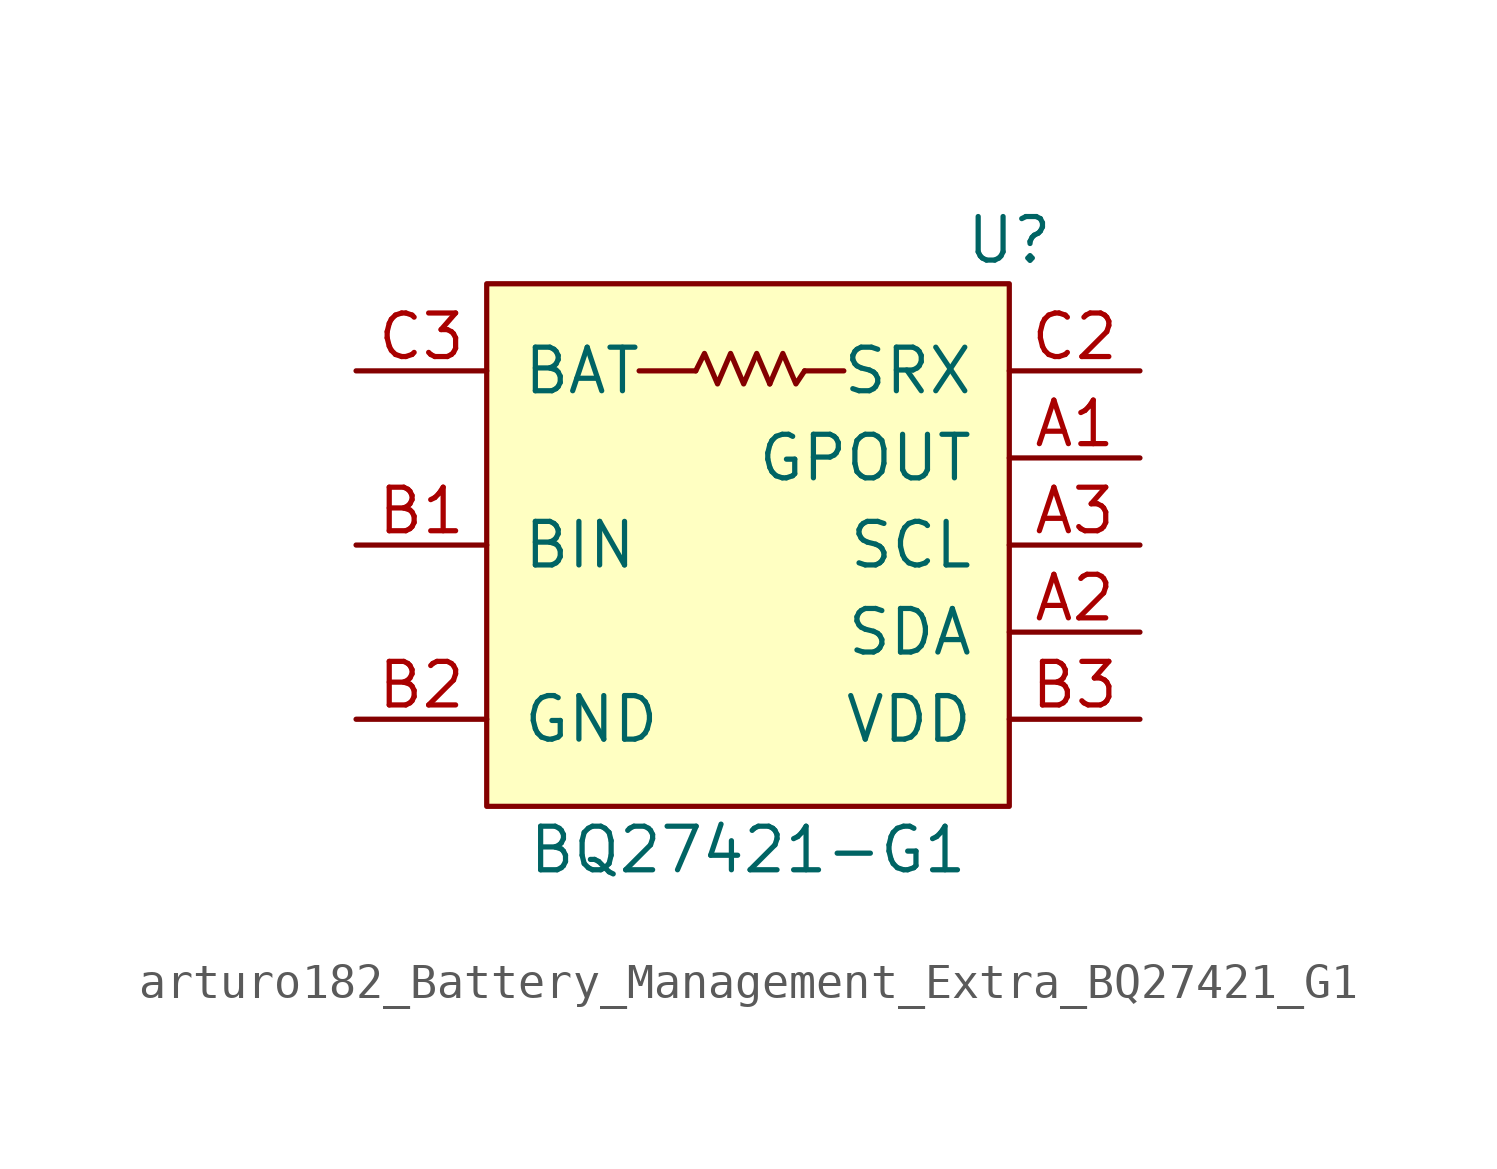
<source format=kicad_sym>
(kicad_symbol_lib
  (version 20220914)
  (generator kicad_symbol_editor)
  (symbol "arturo182_Battery_Management_Extra_BQ27421_G1"
    (pin_names
      (offset 1.016))
    (property "Reference" "U"
      (at 7.62 8.89 0)
      (effects (font (size 1.27 1.27))))
    (property "Value" "BQ27421-G1"
      (at 0 -8.89 0)
      (effects (font (size 1.27 1.27))))
    (symbol "arturo182_Battery_Management_Extra_BQ27421_G1_0_1"
      (rectangle (start -7.62 7.62) (end 7.62 -7.62) (stroke (width 0) (type default) (color 0 0 0 0)) (fill (type background)))
      (polyline (pts (xy -1.524 5.08) (xy -3.175 5.08)) (stroke (width 0) (type default) (color 0 0 0 0)) (fill (type none)))
      (polyline (pts (xy 1.651 5.08) (xy 2.794 5.08)) (stroke (width 0) (type default) (color 0 0 0 0)) (fill (type none)))
      (polyline (pts (xy 0.635 4.699) (xy 1.016 5.588) (xy 1.397 4.699) (xy 1.651 5.08)) (stroke (width 0) (type default) (color 0 0 0 0)) (fill (type none)))
      (polyline (pts (xy -1.524 5.08) (xy -1.27 5.588) (xy -0.889 4.699) (xy -0.508 5.588) (xy -0.127 4.699) (xy 0.254 5.588) (xy 0.635 4.699)) (stroke (width 0) (type default) (color 0 0 0 0)) (fill (type none))))
    (symbol "arturo182_Battery_Management_Extra_BQ27421_G1_1_1"
      (pin output line (at 11.43 2.54 180) (length 3.81) (name "GPOUT" (effects (font (size 1.27 1.27)))) (number "A1" (effects (font (size 1.27 1.27)))))
      (pin bidirectional line (at 11.43 -2.54 180) (length 3.81) (name "SDA" (effects (font (size 1.27 1.27)))) (number "A2" (effects (font (size 1.27 1.27)))))
      (pin input line (at 11.43 0 180) (length 3.81) (name "SCL" (effects (font (size 1.27 1.27)))) (number "A3" (effects (font (size 1.27 1.27)))))
      (pin input line (at -11.43 0 0) (length 3.81) (name "BIN" (effects (font (size 1.27 1.27)))) (number "B1" (effects (font (size 1.27 1.27)))))
      (pin power_out line (at -11.43 -5.08 0) (length 3.81) (name "GND" (effects (font (size 1.27 1.27)))) (number "B2" (effects (font (size 1.27 1.27)))))
      (pin power_out line (at 11.43 -5.08 180) (length 3.81) (name "VDD" (effects (font (size 1.27 1.27)))) (number "B3" (effects (font (size 1.27 1.27)))))
      (pin passive line (at -11.43 -5.08 0) (length 3.81) hide (name "GND" (effects (font (size 1.27 1.27)))) (number "C1" (effects (font (size 1.27 1.27)))))
      (pin power_out line (at 11.43 5.08 180) (length 3.81) (name "SRX" (effects (font (size 1.27 1.27)))) (number "C2" (effects (font (size 1.27 1.27)))))
      (pin power_in line (at -11.43 5.08 0) (length 3.81) (name "BAT" (effects (font (size 1.27 1.27)))) (number "C3" (effects (font (size 1.27 1.27))))))))
</source>
